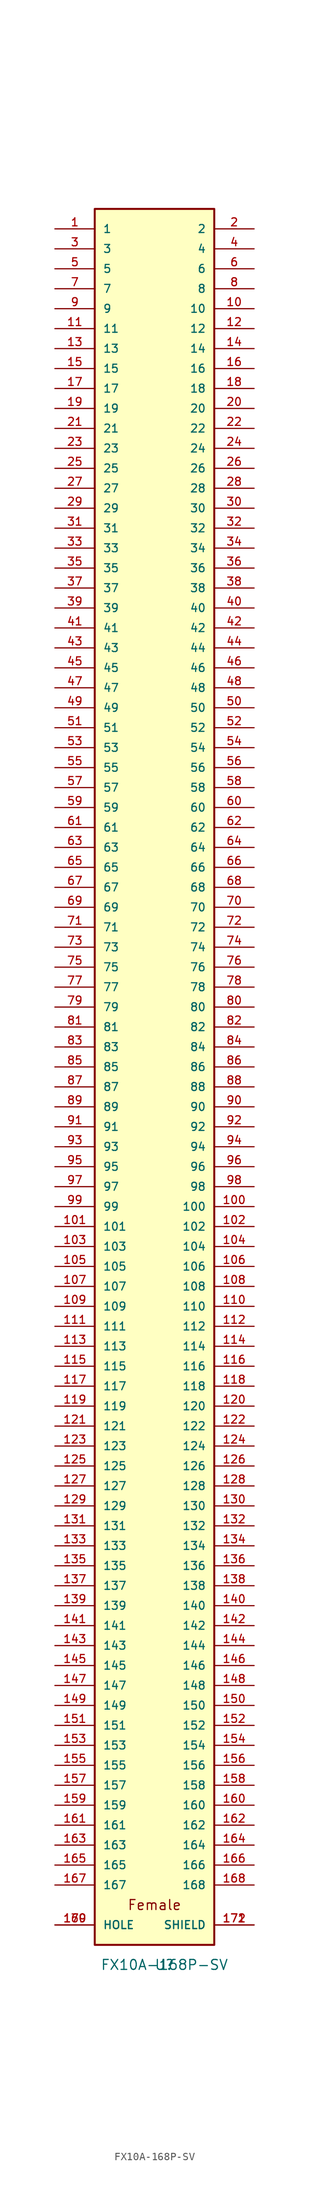
<source format=kicad_sym>
(kicad_symbol_lib
  (version 20211014)
  (generator kicad_symbol_editor)
  (symbol "FX10A-168P-SV"
    (pin_names
      (offset 1.016))
    (property "Reference" "U"
      (at 1.27 3.81 0)
      (effects (font (size 1.27 1.27))))
    (property "Value" "FX10A-168P-SV"
      (at 1.27 3.81 0)
      (effects (font (size 1.27 1.27))))
    (symbol "FX10A-168P-SV_0_0"
      (text "Female" (at 0 11.43 0) (effects (font (size 1.27 1.27)))))
    (symbol "FX10A-168P-SV_1_1"
      (rectangle (start -7.62 6.35) (end 7.62 227.33) (stroke (width 0.254) (type default) (color 0 0 0 0)) (fill (type background)))
      (pin passive line (at -12.7 224.79 0) (length 5.08) (name "1" (effects (font (size 1.016 1.016)))) (number "1" (effects (font (size 1.016 1.016)))))
      (pin passive line (at 12.7 214.63 180) (length 5.08) (name "10" (effects (font (size 1.016 1.016)))) (number "10" (effects (font (size 1.016 1.016)))))
      (pin passive line (at 12.7 100.33 180) (length 5.08) (name "100" (effects (font (size 1.016 1.016)))) (number "100" (effects (font (size 1.016 1.016)))))
      (pin passive line (at -12.7 97.79 0) (length 5.08) (name "101" (effects (font (size 1.016 1.016)))) (number "101" (effects (font (size 1.016 1.016)))))
      (pin passive line (at 12.7 97.79 180) (length 5.08) (name "102" (effects (font (size 1.016 1.016)))) (number "102" (effects (font (size 1.016 1.016)))))
      (pin passive line (at -12.7 95.25 0) (length 5.08) (name "103" (effects (font (size 1.016 1.016)))) (number "103" (effects (font (size 1.016 1.016)))))
      (pin passive line (at 12.7 95.25 180) (length 5.08) (name "104" (effects (font (size 1.016 1.016)))) (number "104" (effects (font (size 1.016 1.016)))))
      (pin passive line (at -12.7 92.71 0) (length 5.08) (name "105" (effects (font (size 1.016 1.016)))) (number "105" (effects (font (size 1.016 1.016)))))
      (pin passive line (at 12.7 92.71 180) (length 5.08) (name "106" (effects (font (size 1.016 1.016)))) (number "106" (effects (font (size 1.016 1.016)))))
      (pin passive line (at -12.7 90.17 0) (length 5.08) (name "107" (effects (font (size 1.016 1.016)))) (number "107" (effects (font (size 1.016 1.016)))))
      (pin passive line (at 12.7 90.17 180) (length 5.08) (name "108" (effects (font (size 1.016 1.016)))) (number "108" (effects (font (size 1.016 1.016)))))
      (pin passive line (at -12.7 87.63 0) (length 5.08) (name "109" (effects (font (size 1.016 1.016)))) (number "109" (effects (font (size 1.016 1.016)))))
      (pin passive line (at -12.7 212.09 0) (length 5.08) (name "11" (effects (font (size 1.016 1.016)))) (number "11" (effects (font (size 1.016 1.016)))))
      (pin passive line (at 12.7 87.63 180) (length 5.08) (name "110" (effects (font (size 1.016 1.016)))) (number "110" (effects (font (size 1.016 1.016)))))
      (pin passive line (at -12.7 85.09 0) (length 5.08) (name "111" (effects (font (size 1.016 1.016)))) (number "111" (effects (font (size 1.016 1.016)))))
      (pin passive line (at 12.7 85.09 180) (length 5.08) (name "112" (effects (font (size 1.016 1.016)))) (number "112" (effects (font (size 1.016 1.016)))))
      (pin passive line (at -12.7 82.55 0) (length 5.08) (name "113" (effects (font (size 1.016 1.016)))) (number "113" (effects (font (size 1.016 1.016)))))
      (pin passive line (at 12.7 82.55 180) (length 5.08) (name "114" (effects (font (size 1.016 1.016)))) (number "114" (effects (font (size 1.016 1.016)))))
      (pin passive line (at -12.7 80.01 0) (length 5.08) (name "115" (effects (font (size 1.016 1.016)))) (number "115" (effects (font (size 1.016 1.016)))))
      (pin passive line (at 12.7 80.01 180) (length 5.08) (name "116" (effects (font (size 1.016 1.016)))) (number "116" (effects (font (size 1.016 1.016)))))
      (pin passive line (at -12.7 77.47 0) (length 5.08) (name "117" (effects (font (size 1.016 1.016)))) (number "117" (effects (font (size 1.016 1.016)))))
      (pin passive line (at 12.7 77.47 180) (length 5.08) (name "118" (effects (font (size 1.016 1.016)))) (number "118" (effects (font (size 1.016 1.016)))))
      (pin passive line (at -12.7 74.93 0) (length 5.08) (name "119" (effects (font (size 1.016 1.016)))) (number "119" (effects (font (size 1.016 1.016)))))
      (pin passive line (at 12.7 212.09 180) (length 5.08) (name "12" (effects (font (size 1.016 1.016)))) (number "12" (effects (font (size 1.016 1.016)))))
      (pin passive line (at 12.7 74.93 180) (length 5.08) (name "120" (effects (font (size 1.016 1.016)))) (number "120" (effects (font (size 1.016 1.016)))))
      (pin passive line (at -12.7 72.39 0) (length 5.08) (name "121" (effects (font (size 1.016 1.016)))) (number "121" (effects (font (size 1.016 1.016)))))
      (pin passive line (at 12.7 72.39 180) (length 5.08) (name "122" (effects (font (size 1.016 1.016)))) (number "122" (effects (font (size 1.016 1.016)))))
      (pin passive line (at -12.7 69.85 0) (length 5.08) (name "123" (effects (font (size 1.016 1.016)))) (number "123" (effects (font (size 1.016 1.016)))))
      (pin passive line (at 12.7 69.85 180) (length 5.08) (name "124" (effects (font (size 1.016 1.016)))) (number "124" (effects (font (size 1.016 1.016)))))
      (pin passive line (at -12.7 67.31 0) (length 5.08) (name "125" (effects (font (size 1.016 1.016)))) (number "125" (effects (font (size 1.016 1.016)))))
      (pin passive line (at 12.7 67.31 180) (length 5.08) (name "126" (effects (font (size 1.016 1.016)))) (number "126" (effects (font (size 1.016 1.016)))))
      (pin passive line (at -12.7 64.77 0) (length 5.08) (name "127" (effects (font (size 1.016 1.016)))) (number "127" (effects (font (size 1.016 1.016)))))
      (pin passive line (at 12.7 64.77 180) (length 5.08) (name "128" (effects (font (size 1.016 1.016)))) (number "128" (effects (font (size 1.016 1.016)))))
      (pin passive line (at -12.7 62.23 0) (length 5.08) (name "129" (effects (font (size 1.016 1.016)))) (number "129" (effects (font (size 1.016 1.016)))))
      (pin passive line (at -12.7 209.55 0) (length 5.08) (name "13" (effects (font (size 1.016 1.016)))) (number "13" (effects (font (size 1.016 1.016)))))
      (pin passive line (at 12.7 62.23 180) (length 5.08) (name "130" (effects (font (size 1.016 1.016)))) (number "130" (effects (font (size 1.016 1.016)))))
      (pin passive line (at -12.7 59.69 0) (length 5.08) (name "131" (effects (font (size 1.016 1.016)))) (number "131" (effects (font (size 1.016 1.016)))))
      (pin passive line (at 12.7 59.69 180) (length 5.08) (name "132" (effects (font (size 1.016 1.016)))) (number "132" (effects (font (size 1.016 1.016)))))
      (pin passive line (at -12.7 57.15 0) (length 5.08) (name "133" (effects (font (size 1.016 1.016)))) (number "133" (effects (font (size 1.016 1.016)))))
      (pin passive line (at 12.7 57.15 180) (length 5.08) (name "134" (effects (font (size 1.016 1.016)))) (number "134" (effects (font (size 1.016 1.016)))))
      (pin passive line (at -12.7 54.61 0) (length 5.08) (name "135" (effects (font (size 1.016 1.016)))) (number "135" (effects (font (size 1.016 1.016)))))
      (pin passive line (at 12.7 54.61 180) (length 5.08) (name "136" (effects (font (size 1.016 1.016)))) (number "136" (effects (font (size 1.016 1.016)))))
      (pin passive line (at -12.7 52.07 0) (length 5.08) (name "137" (effects (font (size 1.016 1.016)))) (number "137" (effects (font (size 1.016 1.016)))))
      (pin passive line (at 12.7 52.07 180) (length 5.08) (name "138" (effects (font (size 1.016 1.016)))) (number "138" (effects (font (size 1.016 1.016)))))
      (pin passive line (at -12.7 49.53 0) (length 5.08) (name "139" (effects (font (size 1.016 1.016)))) (number "139" (effects (font (size 1.016 1.016)))))
      (pin passive line (at 12.7 209.55 180) (length 5.08) (name "14" (effects (font (size 1.016 1.016)))) (number "14" (effects (font (size 1.016 1.016)))))
      (pin passive line (at 12.7 49.53 180) (length 5.08) (name "140" (effects (font (size 1.016 1.016)))) (number "140" (effects (font (size 1.016 1.016)))))
      (pin passive line (at -12.7 46.99 0) (length 5.08) (name "141" (effects (font (size 1.016 1.016)))) (number "141" (effects (font (size 1.016 1.016)))))
      (pin passive line (at 12.7 46.99 180) (length 5.08) (name "142" (effects (font (size 1.016 1.016)))) (number "142" (effects (font (size 1.016 1.016)))))
      (pin passive line (at -12.7 44.45 0) (length 5.08) (name "143" (effects (font (size 1.016 1.016)))) (number "143" (effects (font (size 1.016 1.016)))))
      (pin passive line (at 12.7 44.45 180) (length 5.08) (name "144" (effects (font (size 1.016 1.016)))) (number "144" (effects (font (size 1.016 1.016)))))
      (pin passive line (at -12.7 41.91 0) (length 5.08) (name "145" (effects (font (size 1.016 1.016)))) (number "145" (effects (font (size 1.016 1.016)))))
      (pin passive line (at 12.7 41.91 180) (length 5.08) (name "146" (effects (font (size 1.016 1.016)))) (number "146" (effects (font (size 1.016 1.016)))))
      (pin passive line (at -12.7 39.37 0) (length 5.08) (name "147" (effects (font (size 1.016 1.016)))) (number "147" (effects (font (size 1.016 1.016)))))
      (pin passive line (at 12.7 39.37 180) (length 5.08) (name "148" (effects (font (size 1.016 1.016)))) (number "148" (effects (font (size 1.016 1.016)))))
      (pin passive line (at -12.7 36.83 0) (length 5.08) (name "149" (effects (font (size 1.016 1.016)))) (number "149" (effects (font (size 1.016 1.016)))))
      (pin passive line (at -12.7 207.01 0) (length 5.08) (name "15" (effects (font (size 1.016 1.016)))) (number "15" (effects (font (size 1.016 1.016)))))
      (pin passive line (at 12.7 36.83 180) (length 5.08) (name "150" (effects (font (size 1.016 1.016)))) (number "150" (effects (font (size 1.016 1.016)))))
      (pin passive line (at -12.7 34.29 0) (length 5.08) (name "151" (effects (font (size 1.016 1.016)))) (number "151" (effects (font (size 1.016 1.016)))))
      (pin passive line (at 12.7 34.29 180) (length 5.08) (name "152" (effects (font (size 1.016 1.016)))) (number "152" (effects (font (size 1.016 1.016)))))
      (pin passive line (at -12.7 31.75 0) (length 5.08) (name "153" (effects (font (size 1.016 1.016)))) (number "153" (effects (font (size 1.016 1.016)))))
      (pin passive line (at 12.7 31.75 180) (length 5.08) (name "154" (effects (font (size 1.016 1.016)))) (number "154" (effects (font (size 1.016 1.016)))))
      (pin passive line (at -12.7 29.21 0) (length 5.08) (name "155" (effects (font (size 1.016 1.016)))) (number "155" (effects (font (size 1.016 1.016)))))
      (pin passive line (at 12.7 29.21 180) (length 5.08) (name "156" (effects (font (size 1.016 1.016)))) (number "156" (effects (font (size 1.016 1.016)))))
      (pin passive line (at -12.7 26.67 0) (length 5.08) (name "157" (effects (font (size 1.016 1.016)))) (number "157" (effects (font (size 1.016 1.016)))))
      (pin passive line (at 12.7 26.67 180) (length 5.08) (name "158" (effects (font (size 1.016 1.016)))) (number "158" (effects (font (size 1.016 1.016)))))
      (pin passive line (at -12.7 24.13 0) (length 5.08) (name "159" (effects (font (size 1.016 1.016)))) (number "159" (effects (font (size 1.016 1.016)))))
      (pin passive line (at 12.7 207.01 180) (length 5.08) (name "16" (effects (font (size 1.016 1.016)))) (number "16" (effects (font (size 1.016 1.016)))))
      (pin passive line (at 12.7 24.13 180) (length 5.08) (name "160" (effects (font (size 1.016 1.016)))) (number "160" (effects (font (size 1.016 1.016)))))
      (pin passive line (at -12.7 21.59 0) (length 5.08) (name "161" (effects (font (size 1.016 1.016)))) (number "161" (effects (font (size 1.016 1.016)))))
      (pin passive line (at 12.7 21.59 180) (length 5.08) (name "162" (effects (font (size 1.016 1.016)))) (number "162" (effects (font (size 1.016 1.016)))))
      (pin passive line (at -12.7 19.05 0) (length 5.08) (name "163" (effects (font (size 1.016 1.016)))) (number "163" (effects (font (size 1.016 1.016)))))
      (pin passive line (at 12.7 19.05 180) (length 5.08) (name "164" (effects (font (size 1.016 1.016)))) (number "164" (effects (font (size 1.016 1.016)))))
      (pin passive line (at -12.7 16.51 0) (length 5.08) (name "165" (effects (font (size 1.016 1.016)))) (number "165" (effects (font (size 1.016 1.016)))))
      (pin passive line (at 12.7 16.51 180) (length 5.08) (name "166" (effects (font (size 1.016 1.016)))) (number "166" (effects (font (size 1.016 1.016)))))
      (pin passive line (at -12.7 13.97 0) (length 5.08) (name "167" (effects (font (size 1.016 1.016)))) (number "167" (effects (font (size 1.016 1.016)))))
      (pin passive line (at 12.7 13.97 180) (length 5.08) (name "168" (effects (font (size 1.016 1.016)))) (number "168" (effects (font (size 1.016 1.016)))))
      (pin passive line (at -12.7 8.89 0) (length 5.08) (name "HOLE" (effects (font (size 1.016 1.016)))) (number "169" (effects (font (size 1.016 1.016)))))
      (pin passive line (at -12.7 204.47 0) (length 5.08) (name "17" (effects (font (size 1.016 1.016)))) (number "17" (effects (font (size 1.016 1.016)))))
      (pin passive line (at -12.7 8.89 0) (length 5.08) (name "HOLE" (effects (font (size 1.016 1.016)))) (number "170" (effects (font (size 1.016 1.016)))))
      (pin passive line (at 12.7 8.89 180) (length 5.08) (name "SHIELD" (effects (font (size 1.016 1.016)))) (number "171" (effects (font (size 1.016 1.016)))))
      (pin passive line (at 12.7 8.89 180) (length 5.08) (name "SHIELD" (effects (font (size 1.016 1.016)))) (number "172" (effects (font (size 1.016 1.016)))))
      (pin passive line (at 12.7 204.47 180) (length 5.08) (name "18" (effects (font (size 1.016 1.016)))) (number "18" (effects (font (size 1.016 1.016)))))
      (pin passive line (at -12.7 201.93 0) (length 5.08) (name "19" (effects (font (size 1.016 1.016)))) (number "19" (effects (font (size 1.016 1.016)))))
      (pin passive line (at 12.7 224.79 180) (length 5.08) (name "2" (effects (font (size 1.016 1.016)))) (number "2" (effects (font (size 1.016 1.016)))))
      (pin passive line (at 12.7 201.93 180) (length 5.08) (name "20" (effects (font (size 1.016 1.016)))) (number "20" (effects (font (size 1.016 1.016)))))
      (pin passive line (at -12.7 199.39 0) (length 5.08) (name "21" (effects (font (size 1.016 1.016)))) (number "21" (effects (font (size 1.016 1.016)))))
      (pin passive line (at 12.7 199.39 180) (length 5.08) (name "22" (effects (font (size 1.016 1.016)))) (number "22" (effects (font (size 1.016 1.016)))))
      (pin passive line (at -12.7 196.85 0) (length 5.08) (name "23" (effects (font (size 1.016 1.016)))) (number "23" (effects (font (size 1.016 1.016)))))
      (pin passive line (at 12.7 196.85 180) (length 5.08) (name "24" (effects (font (size 1.016 1.016)))) (number "24" (effects (font (size 1.016 1.016)))))
      (pin passive line (at -12.7 194.31 0) (length 5.08) (name "25" (effects (font (size 1.016 1.016)))) (number "25" (effects (font (size 1.016 1.016)))))
      (pin passive line (at 12.7 194.31 180) (length 5.08) (name "26" (effects (font (size 1.016 1.016)))) (number "26" (effects (font (size 1.016 1.016)))))
      (pin passive line (at -12.7 191.77 0) (length 5.08) (name "27" (effects (font (size 1.016 1.016)))) (number "27" (effects (font (size 1.016 1.016)))))
      (pin passive line (at 12.7 191.77 180) (length 5.08) (name "28" (effects (font (size 1.016 1.016)))) (number "28" (effects (font (size 1.016 1.016)))))
      (pin passive line (at -12.7 189.23 0) (length 5.08) (name "29" (effects (font (size 1.016 1.016)))) (number "29" (effects (font (size 1.016 1.016)))))
      (pin passive line (at -12.7 222.25 0) (length 5.08) (name "3" (effects (font (size 1.016 1.016)))) (number "3" (effects (font (size 1.016 1.016)))))
      (pin passive line (at 12.7 189.23 180) (length 5.08) (name "30" (effects (font (size 1.016 1.016)))) (number "30" (effects (font (size 1.016 1.016)))))
      (pin passive line (at -12.7 186.69 0) (length 5.08) (name "31" (effects (font (size 1.016 1.016)))) (number "31" (effects (font (size 1.016 1.016)))))
      (pin passive line (at 12.7 186.69 180) (length 5.08) (name "32" (effects (font (size 1.016 1.016)))) (number "32" (effects (font (size 1.016 1.016)))))
      (pin passive line (at -12.7 184.15 0) (length 5.08) (name "33" (effects (font (size 1.016 1.016)))) (number "33" (effects (font (size 1.016 1.016)))))
      (pin passive line (at 12.7 184.15 180) (length 5.08) (name "34" (effects (font (size 1.016 1.016)))) (number "34" (effects (font (size 1.016 1.016)))))
      (pin passive line (at -12.7 181.61 0) (length 5.08) (name "35" (effects (font (size 1.016 1.016)))) (number "35" (effects (font (size 1.016 1.016)))))
      (pin passive line (at 12.7 181.61 180) (length 5.08) (name "36" (effects (font (size 1.016 1.016)))) (number "36" (effects (font (size 1.016 1.016)))))
      (pin passive line (at -12.7 179.07 0) (length 5.08) (name "37" (effects (font (size 1.016 1.016)))) (number "37" (effects (font (size 1.016 1.016)))))
      (pin passive line (at 12.7 179.07 180) (length 5.08) (name "38" (effects (font (size 1.016 1.016)))) (number "38" (effects (font (size 1.016 1.016)))))
      (pin passive line (at -12.7 176.53 0) (length 5.08) (name "39" (effects (font (size 1.016 1.016)))) (number "39" (effects (font (size 1.016 1.016)))))
      (pin passive line (at 12.7 222.25 180) (length 5.08) (name "4" (effects (font (size 1.016 1.016)))) (number "4" (effects (font (size 1.016 1.016)))))
      (pin passive line (at 12.7 176.53 180) (length 5.08) (name "40" (effects (font (size 1.016 1.016)))) (number "40" (effects (font (size 1.016 1.016)))))
      (pin passive line (at -12.7 173.99 0) (length 5.08) (name "41" (effects (font (size 1.016 1.016)))) (number "41" (effects (font (size 1.016 1.016)))))
      (pin passive line (at 12.7 173.99 180) (length 5.08) (name "42" (effects (font (size 1.016 1.016)))) (number "42" (effects (font (size 1.016 1.016)))))
      (pin passive line (at -12.7 171.45 0) (length 5.08) (name "43" (effects (font (size 1.016 1.016)))) (number "43" (effects (font (size 1.016 1.016)))))
      (pin passive line (at 12.7 171.45 180) (length 5.08) (name "44" (effects (font (size 1.016 1.016)))) (number "44" (effects (font (size 1.016 1.016)))))
      (pin passive line (at -12.7 168.91 0) (length 5.08) (name "45" (effects (font (size 1.016 1.016)))) (number "45" (effects (font (size 1.016 1.016)))))
      (pin passive line (at 12.7 168.91 180) (length 5.08) (name "46" (effects (font (size 1.016 1.016)))) (number "46" (effects (font (size 1.016 1.016)))))
      (pin passive line (at -12.7 166.37 0) (length 5.08) (name "47" (effects (font (size 1.016 1.016)))) (number "47" (effects (font (size 1.016 1.016)))))
      (pin passive line (at 12.7 166.37 180) (length 5.08) (name "48" (effects (font (size 1.016 1.016)))) (number "48" (effects (font (size 1.016 1.016)))))
      (pin passive line (at -12.7 163.83 0) (length 5.08) (name "49" (effects (font (size 1.016 1.016)))) (number "49" (effects (font (size 1.016 1.016)))))
      (pin passive line (at -12.7 219.71 0) (length 5.08) (name "5" (effects (font (size 1.016 1.016)))) (number "5" (effects (font (size 1.016 1.016)))))
      (pin passive line (at 12.7 163.83 180) (length 5.08) (name "50" (effects (font (size 1.016 1.016)))) (number "50" (effects (font (size 1.016 1.016)))))
      (pin passive line (at -12.7 161.29 0) (length 5.08) (name "51" (effects (font (size 1.016 1.016)))) (number "51" (effects (font (size 1.016 1.016)))))
      (pin passive line (at 12.7 161.29 180) (length 5.08) (name "52" (effects (font (size 1.016 1.016)))) (number "52" (effects (font (size 1.016 1.016)))))
      (pin passive line (at -12.7 158.75 0) (length 5.08) (name "53" (effects (font (size 1.016 1.016)))) (number "53" (effects (font (size 1.016 1.016)))))
      (pin passive line (at 12.7 158.75 180) (length 5.08) (name "54" (effects (font (size 1.016 1.016)))) (number "54" (effects (font (size 1.016 1.016)))))
      (pin passive line (at -12.7 156.21 0) (length 5.08) (name "55" (effects (font (size 1.016 1.016)))) (number "55" (effects (font (size 1.016 1.016)))))
      (pin passive line (at 12.7 156.21 180) (length 5.08) (name "56" (effects (font (size 1.016 1.016)))) (number "56" (effects (font (size 1.016 1.016)))))
      (pin passive line (at -12.7 153.67 0) (length 5.08) (name "57" (effects (font (size 1.016 1.016)))) (number "57" (effects (font (size 1.016 1.016)))))
      (pin passive line (at 12.7 153.67 180) (length 5.08) (name "58" (effects (font (size 1.016 1.016)))) (number "58" (effects (font (size 1.016 1.016)))))
      (pin passive line (at -12.7 151.13 0) (length 5.08) (name "59" (effects (font (size 1.016 1.016)))) (number "59" (effects (font (size 1.016 1.016)))))
      (pin passive line (at 12.7 219.71 180) (length 5.08) (name "6" (effects (font (size 1.016 1.016)))) (number "6" (effects (font (size 1.016 1.016)))))
      (pin passive line (at 12.7 151.13 180) (length 5.08) (name "60" (effects (font (size 1.016 1.016)))) (number "60" (effects (font (size 1.016 1.016)))))
      (pin passive line (at -12.7 148.59 0) (length 5.08) (name "61" (effects (font (size 1.016 1.016)))) (number "61" (effects (font (size 1.016 1.016)))))
      (pin passive line (at 12.7 148.59 180) (length 5.08) (name "62" (effects (font (size 1.016 1.016)))) (number "62" (effects (font (size 1.016 1.016)))))
      (pin passive line (at -12.7 146.05 0) (length 5.08) (name "63" (effects (font (size 1.016 1.016)))) (number "63" (effects (font (size 1.016 1.016)))))
      (pin passive line (at 12.7 146.05 180) (length 5.08) (name "64" (effects (font (size 1.016 1.016)))) (number "64" (effects (font (size 1.016 1.016)))))
      (pin passive line (at -12.7 143.51 0) (length 5.08) (name "65" (effects (font (size 1.016 1.016)))) (number "65" (effects (font (size 1.016 1.016)))))
      (pin passive line (at 12.7 143.51 180) (length 5.08) (name "66" (effects (font (size 1.016 1.016)))) (number "66" (effects (font (size 1.016 1.016)))))
      (pin passive line (at -12.7 140.97 0) (length 5.08) (name "67" (effects (font (size 1.016 1.016)))) (number "67" (effects (font (size 1.016 1.016)))))
      (pin passive line (at 12.7 140.97 180) (length 5.08) (name "68" (effects (font (size 1.016 1.016)))) (number "68" (effects (font (size 1.016 1.016)))))
      (pin passive line (at -12.7 138.43 0) (length 5.08) (name "69" (effects (font (size 1.016 1.016)))) (number "69" (effects (font (size 1.016 1.016)))))
      (pin passive line (at -12.7 217.17 0) (length 5.08) (name "7" (effects (font (size 1.016 1.016)))) (number "7" (effects (font (size 1.016 1.016)))))
      (pin passive line (at 12.7 138.43 180) (length 5.08) (name "70" (effects (font (size 1.016 1.016)))) (number "70" (effects (font (size 1.016 1.016)))))
      (pin passive line (at -12.7 135.89 0) (length 5.08) (name "71" (effects (font (size 1.016 1.016)))) (number "71" (effects (font (size 1.016 1.016)))))
      (pin passive line (at 12.7 135.89 180) (length 5.08) (name "72" (effects (font (size 1.016 1.016)))) (number "72" (effects (font (size 1.016 1.016)))))
      (pin passive line (at -12.7 133.35 0) (length 5.08) (name "73" (effects (font (size 1.016 1.016)))) (number "73" (effects (font (size 1.016 1.016)))))
      (pin passive line (at 12.7 133.35 180) (length 5.08) (name "74" (effects (font (size 1.016 1.016)))) (number "74" (effects (font (size 1.016 1.016)))))
      (pin passive line (at -12.7 130.81 0) (length 5.08) (name "75" (effects (font (size 1.016 1.016)))) (number "75" (effects (font (size 1.016 1.016)))))
      (pin passive line (at 12.7 130.81 180) (length 5.08) (name "76" (effects (font (size 1.016 1.016)))) (number "76" (effects (font (size 1.016 1.016)))))
      (pin passive line (at -12.7 128.27 0) (length 5.08) (name "77" (effects (font (size 1.016 1.016)))) (number "77" (effects (font (size 1.016 1.016)))))
      (pin passive line (at 12.7 128.27 180) (length 5.08) (name "78" (effects (font (size 1.016 1.016)))) (number "78" (effects (font (size 1.016 1.016)))))
      (pin passive line (at -12.7 125.73 0) (length 5.08) (name "79" (effects (font (size 1.016 1.016)))) (number "79" (effects (font (size 1.016 1.016)))))
      (pin passive line (at 12.7 217.17 180) (length 5.08) (name "8" (effects (font (size 1.016 1.016)))) (number "8" (effects (font (size 1.016 1.016)))))
      (pin passive line (at 12.7 125.73 180) (length 5.08) (name "80" (effects (font (size 1.016 1.016)))) (number "80" (effects (font (size 1.016 1.016)))))
      (pin passive line (at -12.7 123.19 0) (length 5.08) (name "81" (effects (font (size 1.016 1.016)))) (number "81" (effects (font (size 1.016 1.016)))))
      (pin passive line (at 12.7 123.19 180) (length 5.08) (name "82" (effects (font (size 1.016 1.016)))) (number "82" (effects (font (size 1.016 1.016)))))
      (pin passive line (at -12.7 120.65 0) (length 5.08) (name "83" (effects (font (size 1.016 1.016)))) (number "83" (effects (font (size 1.016 1.016)))))
      (pin passive line (at 12.7 120.65 180) (length 5.08) (name "84" (effects (font (size 1.016 1.016)))) (number "84" (effects (font (size 1.016 1.016)))))
      (pin passive line (at -12.7 118.11 0) (length 5.08) (name "85" (effects (font (size 1.016 1.016)))) (number "85" (effects (font (size 1.016 1.016)))))
      (pin passive line (at 12.7 118.11 180) (length 5.08) (name "86" (effects (font (size 1.016 1.016)))) (number "86" (effects (font (size 1.016 1.016)))))
      (pin passive line (at -12.7 115.57 0) (length 5.08) (name "87" (effects (font (size 1.016 1.016)))) (number "87" (effects (font (size 1.016 1.016)))))
      (pin passive line (at 12.7 115.57 180) (length 5.08) (name "88" (effects (font (size 1.016 1.016)))) (number "88" (effects (font (size 1.016 1.016)))))
      (pin passive line (at -12.7 113.03 0) (length 5.08) (name "89" (effects (font (size 1.016 1.016)))) (number "89" (effects (font (size 1.016 1.016)))))
      (pin passive line (at -12.7 214.63 0) (length 5.08) (name "9" (effects (font (size 1.016 1.016)))) (number "9" (effects (font (size 1.016 1.016)))))
      (pin passive line (at 12.7 113.03 180) (length 5.08) (name "90" (effects (font (size 1.016 1.016)))) (number "90" (effects (font (size 1.016 1.016)))))
      (pin passive line (at -12.7 110.49 0) (length 5.08) (name "91" (effects (font (size 1.016 1.016)))) (number "91" (effects (font (size 1.016 1.016)))))
      (pin passive line (at 12.7 110.49 180) (length 5.08) (name "92" (effects (font (size 1.016 1.016)))) (number "92" (effects (font (size 1.016 1.016)))))
      (pin passive line (at -12.7 107.95 0) (length 5.08) (name "93" (effects (font (size 1.016 1.016)))) (number "93" (effects (font (size 1.016 1.016)))))
      (pin passive line (at 12.7 107.95 180) (length 5.08) (name "94" (effects (font (size 1.016 1.016)))) (number "94" (effects (font (size 1.016 1.016)))))
      (pin passive line (at -12.7 105.41 0) (length 5.08) (name "95" (effects (font (size 1.016 1.016)))) (number "95" (effects (font (size 1.016 1.016)))))
      (pin passive line (at 12.7 105.41 180) (length 5.08) (name "96" (effects (font (size 1.016 1.016)))) (number "96" (effects (font (size 1.016 1.016)))))
      (pin passive line (at -12.7 102.87 0) (length 5.08) (name "97" (effects (font (size 1.016 1.016)))) (number "97" (effects (font (size 1.016 1.016)))))
      (pin passive line (at 12.7 102.87 180) (length 5.08) (name "98" (effects (font (size 1.016 1.016)))) (number "98" (effects (font (size 1.016 1.016)))))
      (pin passive line (at -12.7 100.33 0) (length 5.08) (name "99" (effects (font (size 1.016 1.016)))) (number "99" (effects (font (size 1.016 1.016))))))))
</source>
